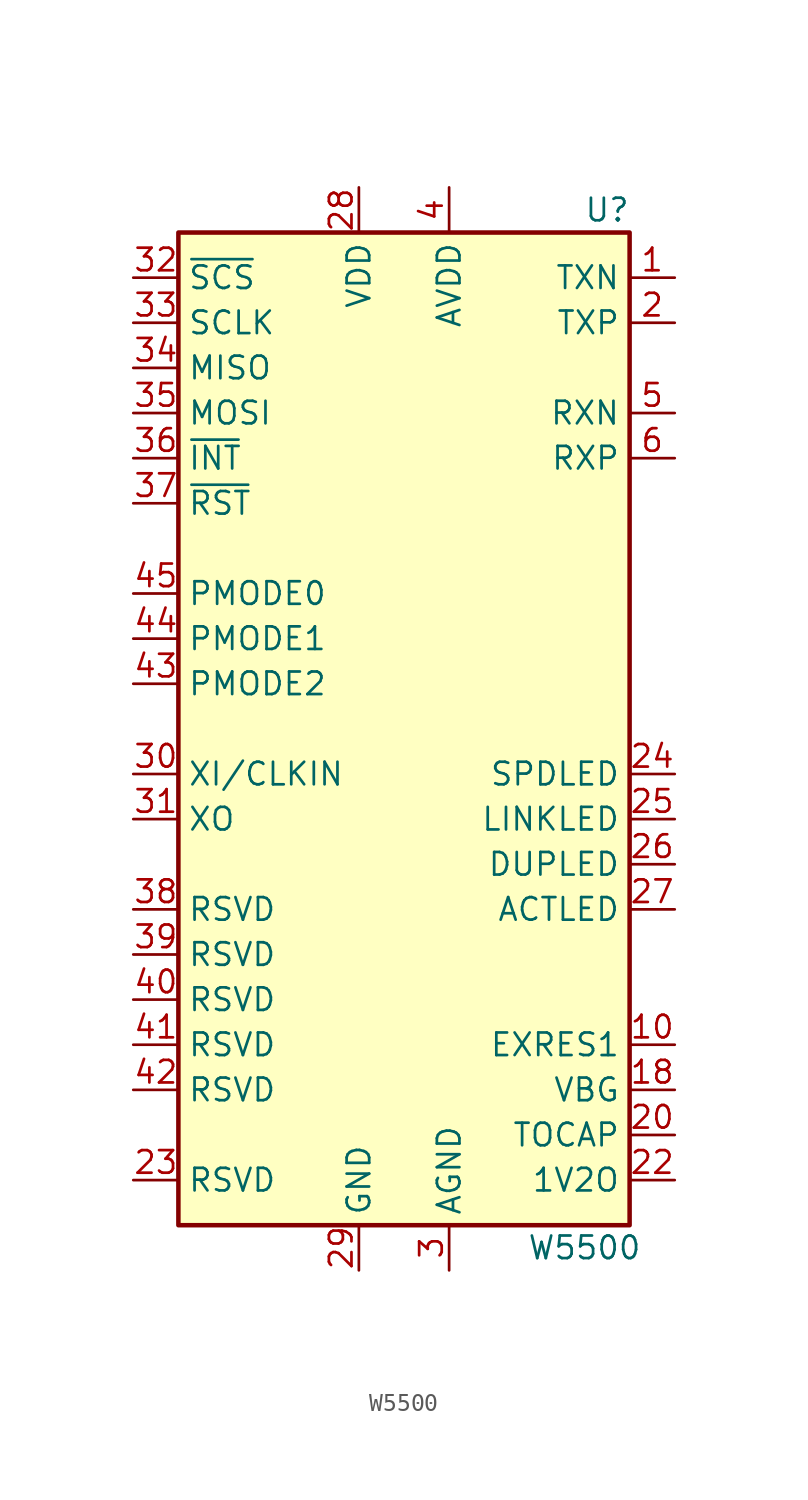
<source format=kicad_sym>
(kicad_symbol_lib
  (version 20220914)
  (generator kicad_symbol_editor)
  (symbol "W5500"
    (property "Reference" "U"
      (at 11.43 29.21 0)
      (effects (font (size 1.27 1.27))))
    (property "Value" "W5500"
      (at 10.16 -29.21 0)
      (effects (font (size 1.27 1.27))))
    (symbol "W5500_0_1"
      (rectangle (start -12.7 27.94) (end 12.7 -27.94) (stroke (width 0.254) (type default)) (fill (type background))))
    (symbol "W5500_1_1"
      (pin output line (at 15.24 25.4 180) (length 2.54) (name "TXN" (effects (font (size 1.27 1.27)))) (number "1" (effects (font (size 1.27 1.27)))))
      (pin passive line (at 15.24 -17.78 180) (length 2.54) (name "EXRES1" (effects (font (size 1.27 1.27)))) (number "10" (effects (font (size 1.27 1.27)))))
      (pin passive line (at 2.54 30.48 270) (length 2.54) hide (name "AVDD" (effects (font (size 1.27 1.27)))) (number "11" (effects (font (size 1.27 1.27)))))
      (pin no_connect line (at 12.7 10.16 180) (length 2.54) hide (name "NC" (effects (font (size 1.27 1.27)))) (number "12" (effects (font (size 1.27 1.27)))))
      (pin no_connect line (at 12.7 7.62 180) (length 2.54) hide (name "NC" (effects (font (size 1.27 1.27)))) (number "13" (effects (font (size 1.27 1.27)))))
      (pin passive line (at 2.54 -30.48 90) (length 2.54) hide (name "AGND" (effects (font (size 1.27 1.27)))) (number "14" (effects (font (size 1.27 1.27)))))
      (pin passive line (at 2.54 30.48 270) (length 2.54) hide (name "AVDD" (effects (font (size 1.27 1.27)))) (number "15" (effects (font (size 1.27 1.27)))))
      (pin passive line (at 2.54 -30.48 90) (length 2.54) hide (name "AGND" (effects (font (size 1.27 1.27)))) (number "16" (effects (font (size 1.27 1.27)))))
      (pin passive line (at 2.54 30.48 270) (length 2.54) hide (name "AVDD" (effects (font (size 1.27 1.27)))) (number "17" (effects (font (size 1.27 1.27)))))
      (pin passive line (at 15.24 -20.32 180) (length 2.54) (name "VBG" (effects (font (size 1.27 1.27)))) (number "18" (effects (font (size 1.27 1.27)))))
      (pin passive line (at 2.54 -30.48 90) (length 2.54) hide (name "AGND" (effects (font (size 1.27 1.27)))) (number "19" (effects (font (size 1.27 1.27)))))
      (pin output line (at 15.24 22.86 180) (length 2.54) (name "TXP" (effects (font (size 1.27 1.27)))) (number "2" (effects (font (size 1.27 1.27)))))
      (pin passive line (at 15.24 -22.86 180) (length 2.54) (name "TOCAP" (effects (font (size 1.27 1.27)))) (number "20" (effects (font (size 1.27 1.27)))))
      (pin passive line (at 2.54 30.48 270) (length 2.54) hide (name "AVDD" (effects (font (size 1.27 1.27)))) (number "21" (effects (font (size 1.27 1.27)))))
      (pin output line (at 15.24 -25.4 180) (length 2.54) (name "1V2O" (effects (font (size 1.27 1.27)))) (number "22" (effects (font (size 1.27 1.27)))))
      (pin input line (at -15.24 -25.4 0) (length 2.54) (name "RSVD" (effects (font (size 1.27 1.27)))) (number "23" (effects (font (size 1.27 1.27)))))
      (pin output line (at 15.24 -2.54 180) (length 2.54) (name "SPDLED" (effects (font (size 1.27 1.27)))) (number "24" (effects (font (size 1.27 1.27)))))
      (pin output line (at 15.24 -5.08 180) (length 2.54) (name "LINKLED" (effects (font (size 1.27 1.27)))) (number "25" (effects (font (size 1.27 1.27)))))
      (pin output line (at 15.24 -7.62 180) (length 2.54) (name "DUPLED" (effects (font (size 1.27 1.27)))) (number "26" (effects (font (size 1.27 1.27)))))
      (pin output line (at 15.24 -10.16 180) (length 2.54) (name "ACTLED" (effects (font (size 1.27 1.27)))) (number "27" (effects (font (size 1.27 1.27)))))
      (pin power_in line (at -2.54 30.48 270) (length 2.54) (name "VDD" (effects (font (size 1.27 1.27)))) (number "28" (effects (font (size 1.27 1.27)))))
      (pin power_in line (at -2.54 -30.48 90) (length 2.54) (name "GND" (effects (font (size 1.27 1.27)))) (number "29" (effects (font (size 1.27 1.27)))))
      (pin power_in line (at 2.54 -30.48 90) (length 2.54) (name "AGND" (effects (font (size 1.27 1.27)))) (number "3" (effects (font (size 1.27 1.27)))))
      (pin input line (at -15.24 -2.54 0) (length 2.54) (name "XI/CLKIN" (effects (font (size 1.27 1.27)))) (number "30" (effects (font (size 1.27 1.27)))))
      (pin output line (at -15.24 -5.08 0) (length 2.54) (name "XO" (effects (font (size 1.27 1.27)))) (number "31" (effects (font (size 1.27 1.27)))))
      (pin input line (at -15.24 25.4 0) (length 2.54) (name "~{SCS}" (effects (font (size 1.27 1.27)))) (number "32" (effects (font (size 1.27 1.27)))))
      (pin input line (at -15.24 22.86 0) (length 2.54) (name "SCLK" (effects (font (size 1.27 1.27)))) (number "33" (effects (font (size 1.27 1.27)))))
      (pin output line (at -15.24 20.32 0) (length 2.54) (name "MISO" (effects (font (size 1.27 1.27)))) (number "34" (effects (font (size 1.27 1.27)))))
      (pin input line (at -15.24 17.78 0) (length 2.54) (name "MOSI" (effects (font (size 1.27 1.27)))) (number "35" (effects (font (size 1.27 1.27)))))
      (pin input line (at -15.24 15.24 0) (length 2.54) (name "~{INT}" (effects (font (size 1.27 1.27)))) (number "36" (effects (font (size 1.27 1.27)))))
      (pin input line (at -15.24 12.7 0) (length 2.54) (name "~{RST}" (effects (font (size 1.27 1.27)))) (number "37" (effects (font (size 1.27 1.27)))))
      (pin input line (at -15.24 -10.16 0) (length 2.54) (name "RSVD" (effects (font (size 1.27 1.27)))) (number "38" (effects (font (size 1.27 1.27)))))
      (pin input line (at -15.24 -12.7 0) (length 2.54) (name "RSVD" (effects (font (size 1.27 1.27)))) (number "39" (effects (font (size 1.27 1.27)))))
      (pin power_in line (at 2.54 30.48 270) (length 2.54) (name "AVDD" (effects (font (size 1.27 1.27)))) (number "4" (effects (font (size 1.27 1.27)))))
      (pin input line (at -15.24 -15.24 0) (length 2.54) (name "RSVD" (effects (font (size 1.27 1.27)))) (number "40" (effects (font (size 1.27 1.27)))))
      (pin input line (at -15.24 -17.78 0) (length 2.54) (name "RSVD" (effects (font (size 1.27 1.27)))) (number "41" (effects (font (size 1.27 1.27)))))
      (pin input line (at -15.24 -20.32 0) (length 2.54) (name "RSVD" (effects (font (size 1.27 1.27)))) (number "42" (effects (font (size 1.27 1.27)))))
      (pin input line (at -15.24 2.54 0) (length 2.54) (name "PMODE2" (effects (font (size 1.27 1.27)))) (number "43" (effects (font (size 1.27 1.27)))))
      (pin input line (at -15.24 5.08 0) (length 2.54) (name "PMODE1" (effects (font (size 1.27 1.27)))) (number "44" (effects (font (size 1.27 1.27)))))
      (pin input line (at -15.24 7.62 0) (length 2.54) (name "PMODE0" (effects (font (size 1.27 1.27)))) (number "45" (effects (font (size 1.27 1.27)))))
      (pin no_connect line (at 12.7 5.08 180) (length 2.54) hide (name "NC" (effects (font (size 1.27 1.27)))) (number "46" (effects (font (size 1.27 1.27)))))
      (pin no_connect line (at 12.7 2.54 180) (length 2.54) hide (name "NC" (effects (font (size 1.27 1.27)))) (number "47" (effects (font (size 1.27 1.27)))))
      (pin passive line (at 2.54 -30.48 90) (length 2.54) hide (name "AGND" (effects (font (size 1.27 1.27)))) (number "48" (effects (font (size 1.27 1.27)))))
      (pin input line (at 15.24 17.78 180) (length 2.54) (name "RXN" (effects (font (size 1.27 1.27)))) (number "5" (effects (font (size 1.27 1.27)))))
      (pin input line (at 15.24 15.24 180) (length 2.54) (name "RXP" (effects (font (size 1.27 1.27)))) (number "6" (effects (font (size 1.27 1.27)))))
      (pin no_connect line (at 12.7 12.7 180) (length 2.54) hide (name "DNC" (effects (font (size 1.27 1.27)))) (number "7" (effects (font (size 1.27 1.27)))))
      (pin passive line (at 2.54 30.48 270) (length 2.54) hide (name "AVDD" (effects (font (size 1.27 1.27)))) (number "8" (effects (font (size 1.27 1.27)))))
      (pin passive line (at 2.54 -30.48 90) (length 2.54) hide (name "AGND" (effects (font (size 1.27 1.27)))) (number "9" (effects (font (size 1.27 1.27))))))))
</source>
